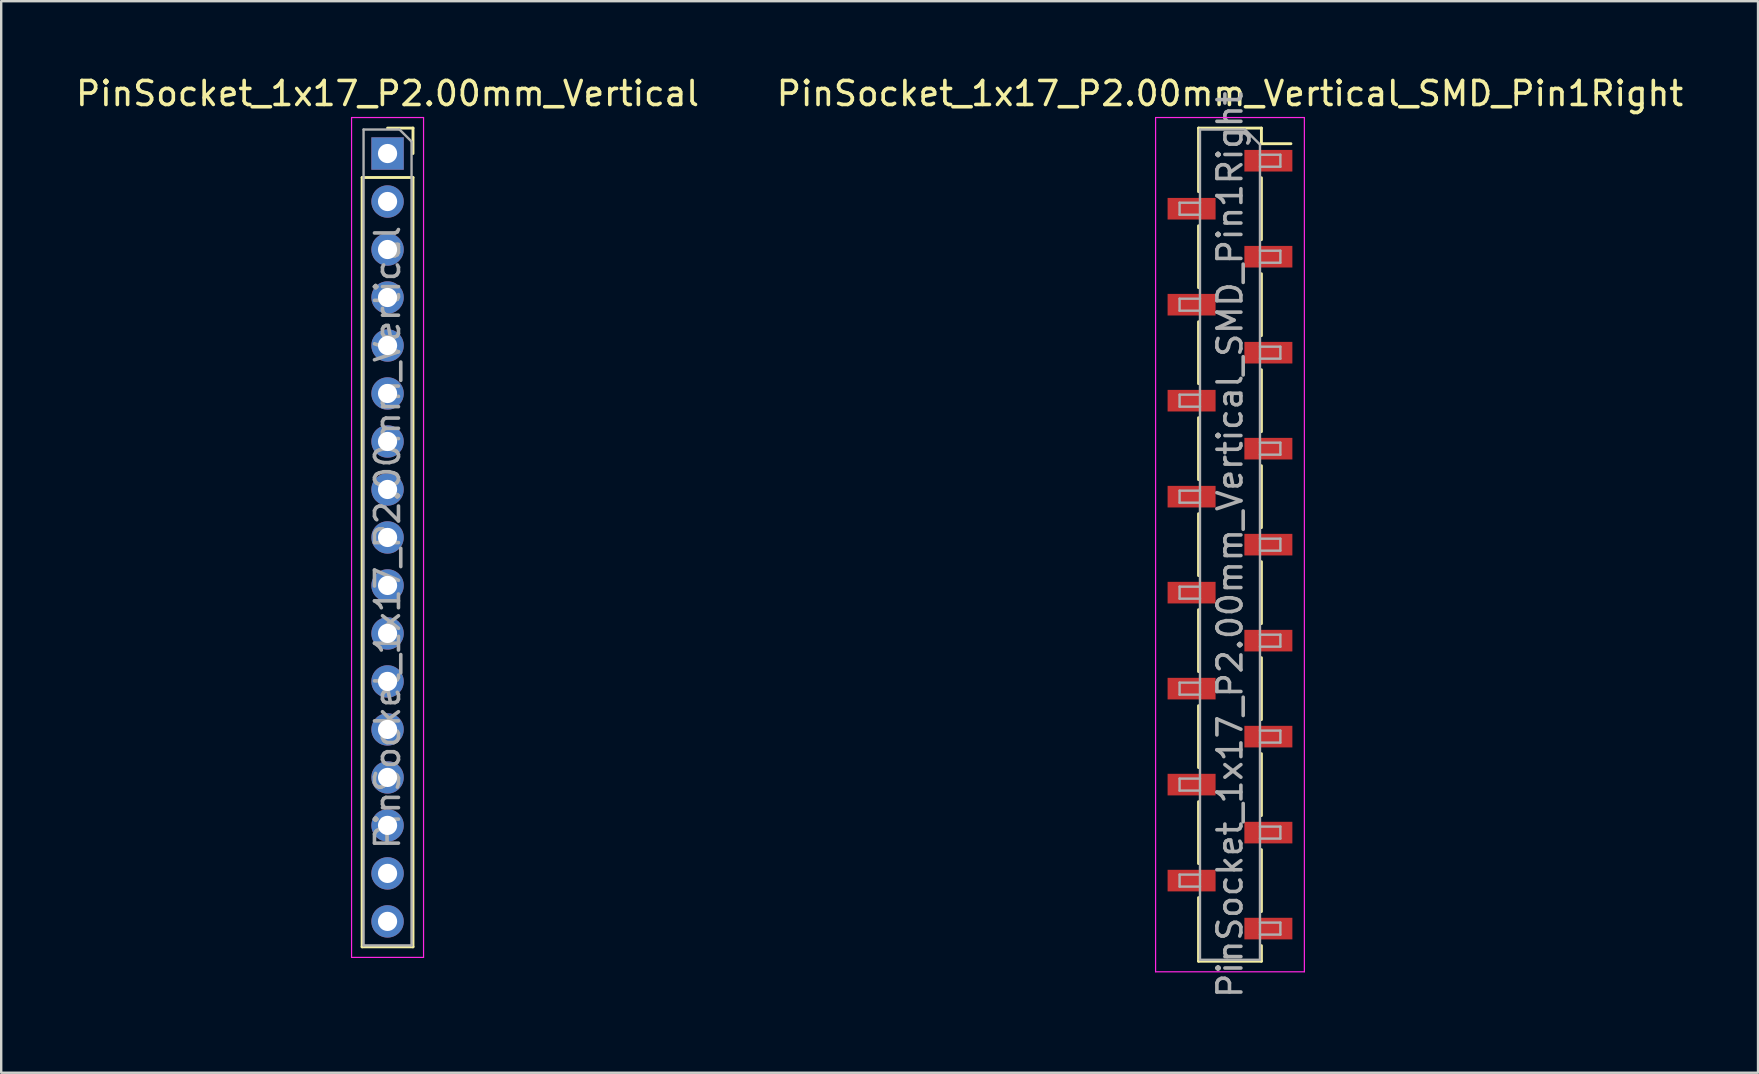
<source format=kicad_pcb>
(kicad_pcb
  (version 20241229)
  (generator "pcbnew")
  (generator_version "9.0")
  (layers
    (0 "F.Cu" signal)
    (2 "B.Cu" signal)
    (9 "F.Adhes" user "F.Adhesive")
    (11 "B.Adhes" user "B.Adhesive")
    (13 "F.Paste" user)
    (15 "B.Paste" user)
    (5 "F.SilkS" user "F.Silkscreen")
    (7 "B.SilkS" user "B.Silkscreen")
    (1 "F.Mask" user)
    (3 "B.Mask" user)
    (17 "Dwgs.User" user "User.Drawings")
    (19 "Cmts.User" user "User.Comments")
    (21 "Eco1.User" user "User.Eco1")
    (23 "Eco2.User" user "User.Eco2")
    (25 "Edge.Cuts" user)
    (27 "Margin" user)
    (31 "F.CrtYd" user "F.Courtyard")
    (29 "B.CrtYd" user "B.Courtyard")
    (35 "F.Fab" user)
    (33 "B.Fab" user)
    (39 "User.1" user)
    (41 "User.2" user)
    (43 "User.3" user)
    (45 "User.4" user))
  (footprint "PinSocket_1x17_P2.00mm_Vertical"
    (layer "F.Cu")
    (at 13.101 3.348)
    (property "Reference" "PinSocket_1x17_P2.00mm_Vertical" (at 0 -2.5 0) (layer "F.SilkS") (effects (font (size 1 1) (thickness 0.15))))
    (attr through_hole)
    (fp_line (start -1.06 1) (end -1.06 33.06) (stroke (width 0.12) (type solid)) (layer "F.SilkS"))
    (fp_line (start -1.06 1) (end 1.06 1) (stroke (width 0.12) (type solid)) (layer "F.SilkS"))
    (fp_line (start -1.06 33.06) (end 1.06 33.06) (stroke (width 0.12) (type solid)) (layer "F.SilkS"))
    (fp_line (start 0 -1.06) (end 1.06 -1.06) (stroke (width 0.12) (type solid)) (layer "F.SilkS"))
    (fp_line (start 1.06 -1.06) (end 1.06 0) (stroke (width 0.12) (type solid)) (layer "F.SilkS"))
    (fp_line (start 1.06 1) (end 1.06 33.06) (stroke (width 0.12) (type solid)) (layer "F.SilkS"))
    (fp_line (start -1.5 -1.5) (end 1.5 -1.5) (stroke (width 0.05) (type solid)) (layer "F.CrtYd"))
    (fp_line (start -1.5 33.5) (end -1.5 -1.5) (stroke (width 0.05) (type solid)) (layer "F.CrtYd"))
    (fp_line (start 1.5 -1.5) (end 1.5 33.5) (stroke (width 0.05) (type solid)) (layer "F.CrtYd"))
    (fp_line (start 1.5 33.5) (end -1.5 33.5) (stroke (width 0.05) (type solid)) (layer "F.CrtYd"))
    (fp_line (start -1 -1) (end 0.5 -1) (stroke (width 0.1) (type solid)) (layer "F.Fab"))
    (fp_line (start -1 33) (end -1 -1) (stroke (width 0.1) (type solid)) (layer "F.Fab"))
    (fp_line (start 0.5 -1) (end 1 -0.5) (stroke (width 0.1) (type solid)) (layer "F.Fab"))
    (fp_line (start 1 -0.5) (end 1 33) (stroke (width 0.1) (type solid)) (layer "F.Fab"))
    (fp_line (start 1 33) (end -1 33) (stroke (width 0.1) (type solid)) (layer "F.Fab"))
    (fp_text user "${REFERENCE}" (at 0 16 90) (layer "F.Fab") (effects (font (size 1 1) (thickness 0.15))))
    (pad "1" thru_hole rect (at 0 0) (size 1.35 1.35) (drill 0.8) (layers "*.Cu" "*.Mask"))
    (pad "2" thru_hole oval (at 0 2) (size 1.35 1.35) (drill 0.8) (layers "*.Cu" "*.Mask"))
    (pad "3" thru_hole oval (at 0 4) (size 1.35 1.35) (drill 0.8) (layers "*.Cu" "*.Mask"))
    (pad "4" thru_hole oval (at 0 6) (size 1.35 1.35) (drill 0.8) (layers "*.Cu" "*.Mask"))
    (pad "5" thru_hole oval (at 0 8) (size 1.35 1.35) (drill 0.8) (layers "*.Cu" "*.Mask"))
    (pad "6" thru_hole oval (at 0 10) (size 1.35 1.35) (drill 0.8) (layers "*.Cu" "*.Mask"))
    (pad "7" thru_hole oval (at 0 12) (size 1.35 1.35) (drill 0.8) (layers "*.Cu" "*.Mask"))
    (pad "8" thru_hole oval (at 0 14) (size 1.35 1.35) (drill 0.8) (layers "*.Cu" "*.Mask"))
    (pad "9" thru_hole oval (at 0 16) (size 1.35 1.35) (drill 0.8) (layers "*.Cu" "*.Mask"))
    (pad "10" thru_hole oval (at 0 18) (size 1.35 1.35) (drill 0.8) (layers "*.Cu" "*.Mask"))
    (pad "11" thru_hole oval (at 0 20) (size 1.35 1.35) (drill 0.8) (layers "*.Cu" "*.Mask"))
    (pad "12" thru_hole oval (at 0 22) (size 1.35 1.35) (drill 0.8) (layers "*.Cu" "*.Mask"))
    (pad "13" thru_hole oval (at 0 24) (size 1.35 1.35) (drill 0.8) (layers "*.Cu" "*.Mask"))
    (pad "14" thru_hole oval (at 0 26) (size 1.35 1.35) (drill 0.8) (layers "*.Cu" "*.Mask"))
    (pad "15" thru_hole oval (at 0 28) (size 1.35 1.35) (drill 0.8) (layers "*.Cu" "*.Mask"))
    (pad "16" thru_hole oval (at 0 30) (size 1.35 1.35) (drill 0.8) (layers "*.Cu" "*.Mask"))
    (pad "17" thru_hole oval (at 0 32) (size 1.35 1.35) (drill 0.8) (layers "*.Cu" "*.Mask")))
  (footprint "PinSocket_1x17_P2.00mm_Vertical_SMD_Pin1Right"
    (layer "F.Cu")
    (at 48.208 19.648)
    (property "Reference" "PinSocket_1x17_P2.00mm_Vertical_SMD_Pin1Right" (at 0 -18.8 0) (layer "F.SilkS") (effects (font (size 1 1) (thickness 0.15))))
    (attr smd)
    (fp_line (start -1.31 -17.36) (end -1.31 -14.71) (stroke (width 0.12) (type solid)) (layer "F.SilkS"))
    (fp_line (start -1.31 -17.36) (end 1.31 -17.36) (stroke (width 0.12) (type solid)) (layer "F.SilkS"))
    (fp_line (start -1.31 -13.29) (end -1.31 -10.71) (stroke (width 0.12) (type solid)) (layer "F.SilkS"))
    (fp_line (start -1.31 -9.29) (end -1.31 -6.71) (stroke (width 0.12) (type solid)) (layer "F.SilkS"))
    (fp_line (start -1.31 -5.29) (end -1.31 -2.71) (stroke (width 0.12) (type solid)) (layer "F.SilkS"))
    (fp_line (start -1.31 -1.29) (end -1.31 1.29) (stroke (width 0.12) (type solid)) (layer "F.SilkS"))
    (fp_line (start -1.31 2.71) (end -1.31 5.29) (stroke (width 0.12) (type solid)) (layer "F.SilkS"))
    (fp_line (start -1.31 6.71) (end -1.31 9.29) (stroke (width 0.12) (type solid)) (layer "F.SilkS"))
    (fp_line (start -1.31 10.71) (end -1.31 13.29) (stroke (width 0.12) (type solid)) (layer "F.SilkS"))
    (fp_line (start -1.31 14.71) (end -1.31 17.36) (stroke (width 0.12) (type solid)) (layer "F.SilkS"))
    (fp_line (start -1.31 17.36) (end 1.31 17.36) (stroke (width 0.12) (type solid)) (layer "F.SilkS"))
    (fp_line (start 1.31 -17.36) (end 1.31 -16.71) (stroke (width 0.12) (type solid)) (layer "F.SilkS"))
    (fp_line (start 1.31 -16.71) (end 2.54 -16.71) (stroke (width 0.12) (type solid)) (layer "F.SilkS"))
    (fp_line (start 1.31 -15.29) (end 1.31 -12.71) (stroke (width 0.12) (type solid)) (layer "F.SilkS"))
    (fp_line (start 1.31 -11.29) (end 1.31 -8.71) (stroke (width 0.12) (type solid)) (layer "F.SilkS"))
    (fp_line (start 1.31 -7.29) (end 1.31 -4.71) (stroke (width 0.12) (type solid)) (layer "F.SilkS"))
    (fp_line (start 1.31 -3.29) (end 1.31 -0.71) (stroke (width 0.12) (type solid)) (layer "F.SilkS"))
    (fp_line (start 1.31 0.71) (end 1.31 3.29) (stroke (width 0.12) (type solid)) (layer "F.SilkS"))
    (fp_line (start 1.31 4.71) (end 1.31 7.29) (stroke (width 0.12) (type solid)) (layer "F.SilkS"))
    (fp_line (start 1.31 8.71) (end 1.31 11.29) (stroke (width 0.12) (type solid)) (layer "F.SilkS"))
    (fp_line (start 1.31 12.71) (end 1.31 15.29) (stroke (width 0.12) (type solid)) (layer "F.SilkS"))
    (fp_line (start 1.31 16.71) (end 1.31 17.36) (stroke (width 0.12) (type solid)) (layer "F.SilkS"))
    (fp_line (start -3.1 -17.8) (end 3.1 -17.8) (stroke (width 0.05) (type solid)) (layer "F.CrtYd"))
    (fp_line (start -3.1 17.8) (end -3.1 -17.8) (stroke (width 0.05) (type solid)) (layer "F.CrtYd"))
    (fp_line (start 3.1 -17.8) (end 3.1 17.8) (stroke (width 0.05) (type solid)) (layer "F.CrtYd"))
    (fp_line (start 3.1 17.8) (end -3.1 17.8) (stroke (width 0.05) (type solid)) (layer "F.CrtYd"))
    (fp_line (start -2.1 -14.25) (end -1.25 -14.25) (stroke (width 0.1) (type solid)) (layer "F.Fab"))
    (fp_line (start -2.1 -13.75) (end -2.1 -14.25) (stroke (width 0.1) (type solid)) (layer "F.Fab"))
    (fp_line (start -2.1 -10.25) (end -1.25 -10.25) (stroke (width 0.1) (type solid)) (layer "F.Fab"))
    (fp_line (start -2.1 -9.75) (end -2.1 -10.25) (stroke (width 0.1) (type solid)) (layer "F.Fab"))
    (fp_line (start -2.1 -6.25) (end -1.25 -6.25) (stroke (width 0.1) (type solid)) (layer "F.Fab"))
    (fp_line (start -2.1 -5.75) (end -2.1 -6.25) (stroke (width 0.1) (type solid)) (layer "F.Fab"))
    (fp_line (start -2.1 -2.25) (end -1.25 -2.25) (stroke (width 0.1) (type solid)) (layer "F.Fab"))
    (fp_line (start -2.1 -1.75) (end -2.1 -2.25) (stroke (width 0.1) (type solid)) (layer "F.Fab"))
    (fp_line (start -2.1 1.75) (end -1.25 1.75) (stroke (width 0.1) (type solid)) (layer "F.Fab"))
    (fp_line (start -2.1 2.25) (end -2.1 1.75) (stroke (width 0.1) (type solid)) (layer "F.Fab"))
    (fp_line (start -2.1 5.75) (end -1.25 5.75) (stroke (width 0.1) (type solid)) (layer "F.Fab"))
    (fp_line (start -2.1 6.25) (end -2.1 5.75) (stroke (width 0.1) (type solid)) (layer "F.Fab"))
    (fp_line (start -2.1 9.75) (end -1.25 9.75) (stroke (width 0.1) (type solid)) (layer "F.Fab"))
    (fp_line (start -2.1 10.25) (end -2.1 9.75) (stroke (width 0.1) (type solid)) (layer "F.Fab"))
    (fp_line (start -2.1 13.75) (end -1.25 13.75) (stroke (width 0.1) (type solid)) (layer "F.Fab"))
    (fp_line (start -2.1 14.25) (end -2.1 13.75) (stroke (width 0.1) (type solid)) (layer "F.Fab"))
    (fp_line (start -1.25 -17.3) (end 0.625 -17.3) (stroke (width 0.1) (type solid)) (layer "F.Fab"))
    (fp_line (start -1.25 -13.75) (end -2.1 -13.75) (stroke (width 0.1) (type solid)) (layer "F.Fab"))
    (fp_line (start -1.25 -9.75) (end -2.1 -9.75) (stroke (width 0.1) (type solid)) (layer "F.Fab"))
    (fp_line (start -1.25 -5.75) (end -2.1 -5.75) (stroke (width 0.1) (type solid)) (layer "F.Fab"))
    (fp_line (start -1.25 -1.75) (end -2.1 -1.75) (stroke (width 0.1) (type solid)) (layer "F.Fab"))
    (fp_line (start -1.25 2.25) (end -2.1 2.25) (stroke (width 0.1) (type solid)) (layer "F.Fab"))
    (fp_line (start -1.25 6.25) (end -2.1 6.25) (stroke (width 0.1) (type solid)) (layer "F.Fab"))
    (fp_line (start -1.25 10.25) (end -2.1 10.25) (stroke (width 0.1) (type solid)) (layer "F.Fab"))
    (fp_line (start -1.25 14.25) (end -2.1 14.25) (stroke (width 0.1) (type solid)) (layer "F.Fab"))
    (fp_line (start -1.25 17.3) (end -1.25 -17.3) (stroke (width 0.1) (type solid)) (layer "F.Fab"))
    (fp_line (start 0.625 -17.3) (end 1.25 -16.675) (stroke (width 0.1) (type solid)) (layer "F.Fab"))
    (fp_line (start 1.25 -16.675) (end 1.25 17.3) (stroke (width 0.1) (type solid)) (layer "F.Fab"))
    (fp_line (start 1.25 -16.25) (end 2.1 -16.25) (stroke (width 0.1) (type solid)) (layer "F.Fab"))
    (fp_line (start 1.25 -12.25) (end 2.1 -12.25) (stroke (width 0.1) (type solid)) (layer "F.Fab"))
    (fp_line (start 1.25 -8.25) (end 2.1 -8.25) (stroke (width 0.1) (type solid)) (layer "F.Fab"))
    (fp_line (start 1.25 -4.25) (end 2.1 -4.25) (stroke (width 0.1) (type solid)) (layer "F.Fab"))
    (fp_line (start 1.25 -0.25) (end 2.1 -0.25) (stroke (width 0.1) (type solid)) (layer "F.Fab"))
    (fp_line (start 1.25 3.75) (end 2.1 3.75) (stroke (width 0.1) (type solid)) (layer "F.Fab"))
    (fp_line (start 1.25 7.75) (end 2.1 7.75) (stroke (width 0.1) (type solid)) (layer "F.Fab"))
    (fp_line (start 1.25 11.75) (end 2.1 11.75) (stroke (width 0.1) (type solid)) (layer "F.Fab"))
    (fp_line (start 1.25 15.75) (end 2.1 15.75) (stroke (width 0.1) (type solid)) (layer "F.Fab"))
    (fp_line (start 1.25 17.3) (end -1.25 17.3) (stroke (width 0.1) (type solid)) (layer "F.Fab"))
    (fp_line (start 2.1 -16.25) (end 2.1 -15.75) (stroke (width 0.1) (type solid)) (layer "F.Fab"))
    (fp_line (start 2.1 -15.75) (end 1.25 -15.75) (stroke (width 0.1) (type solid)) (layer "F.Fab"))
    (fp_line (start 2.1 -12.25) (end 2.1 -11.75) (stroke (width 0.1) (type solid)) (layer "F.Fab"))
    (fp_line (start 2.1 -11.75) (end 1.25 -11.75) (stroke (width 0.1) (type solid)) (layer "F.Fab"))
    (fp_line (start 2.1 -8.25) (end 2.1 -7.75) (stroke (width 0.1) (type solid)) (layer "F.Fab"))
    (fp_line (start 2.1 -7.75) (end 1.25 -7.75) (stroke (width 0.1) (type solid)) (layer "F.Fab"))
    (fp_line (start 2.1 -4.25) (end 2.1 -3.75) (stroke (width 0.1) (type solid)) (layer "F.Fab"))
    (fp_line (start 2.1 -3.75) (end 1.25 -3.75) (stroke (width 0.1) (type solid)) (layer "F.Fab"))
    (fp_line (start 2.1 -0.25) (end 2.1 0.25) (stroke (width 0.1) (type solid)) (layer "F.Fab"))
    (fp_line (start 2.1 0.25) (end 1.25 0.25) (stroke (width 0.1) (type solid)) (layer "F.Fab"))
    (fp_line (start 2.1 3.75) (end 2.1 4.25) (stroke (width 0.1) (type solid)) (layer "F.Fab"))
    (fp_line (start 2.1 4.25) (end 1.25 4.25) (stroke (width 0.1) (type solid)) (layer "F.Fab"))
    (fp_line (start 2.1 7.75) (end 2.1 8.25) (stroke (width 0.1) (type solid)) (layer "F.Fab"))
    (fp_line (start 2.1 8.25) (end 1.25 8.25) (stroke (width 0.1) (type solid)) (layer "F.Fab"))
    (fp_line (start 2.1 11.75) (end 2.1 12.25) (stroke (width 0.1) (type solid)) (layer "F.Fab"))
    (fp_line (start 2.1 12.25) (end 1.25 12.25) (stroke (width 0.1) (type solid)) (layer "F.Fab"))
    (fp_line (start 2.1 15.75) (end 2.1 16.25) (stroke (width 0.1) (type solid)) (layer "F.Fab"))
    (fp_line (start 2.1 16.25) (end 1.25 16.25) (stroke (width 0.1) (type solid)) (layer "F.Fab"))
    (fp_text user "${REFERENCE}" (at 0 0 90) (layer "F.Fab") (effects (font (size 1 1) (thickness 0.15))))
    (pad "1" smd rect (at 1.6 -16) (size 2 0.9) (layers "F.Cu" "F.Mask" "F.Paste"))
    (pad "2" smd rect (at -1.6 -14) (size 2 0.9) (layers "F.Cu" "F.Mask" "F.Paste"))
    (pad "3" smd rect (at 1.6 -12) (size 2 0.9) (layers "F.Cu" "F.Mask" "F.Paste"))
    (pad "4" smd rect (at -1.6 -10) (size 2 0.9) (layers "F.Cu" "F.Mask" "F.Paste"))
    (pad "5" smd rect (at 1.6 -8) (size 2 0.9) (layers "F.Cu" "F.Mask" "F.Paste"))
    (pad "6" smd rect (at -1.6 -6) (size 2 0.9) (layers "F.Cu" "F.Mask" "F.Paste"))
    (pad "7" smd rect (at 1.6 -4) (size 2 0.9) (layers "F.Cu" "F.Mask" "F.Paste"))
    (pad "8" smd rect (at -1.6 -2) (size 2 0.9) (layers "F.Cu" "F.Mask" "F.Paste"))
    (pad "9" smd rect (at 1.6 0) (size 2 0.9) (layers "F.Cu" "F.Mask" "F.Paste"))
    (pad "10" smd rect (at -1.6 2) (size 2 0.9) (layers "F.Cu" "F.Mask" "F.Paste"))
    (pad "11" smd rect (at 1.6 4) (size 2 0.9) (layers "F.Cu" "F.Mask" "F.Paste"))
    (pad "12" smd rect (at -1.6 6) (size 2 0.9) (layers "F.Cu" "F.Mask" "F.Paste"))
    (pad "13" smd rect (at 1.6 8) (size 2 0.9) (layers "F.Cu" "F.Mask" "F.Paste"))
    (pad "14" smd rect (at -1.6 10) (size 2 0.9) (layers "F.Cu" "F.Mask" "F.Paste"))
    (pad "15" smd rect (at 1.6 12) (size 2 0.9) (layers "F.Cu" "F.Mask" "F.Paste"))
    (pad "16" smd rect (at -1.6 14) (size 2 0.9) (layers "F.Cu" "F.Mask" "F.Paste"))
    (pad "17" smd rect (at 1.6 16) (size 2 0.9) (layers "F.Cu" "F.Mask" "F.Paste")))
  (gr_rect
    (start -3 -3)
    (end 70.214 41.654)
    (stroke (width 0.1) (type default))
    (fill no)
    (layer "Edge.Cuts")))
</source>
